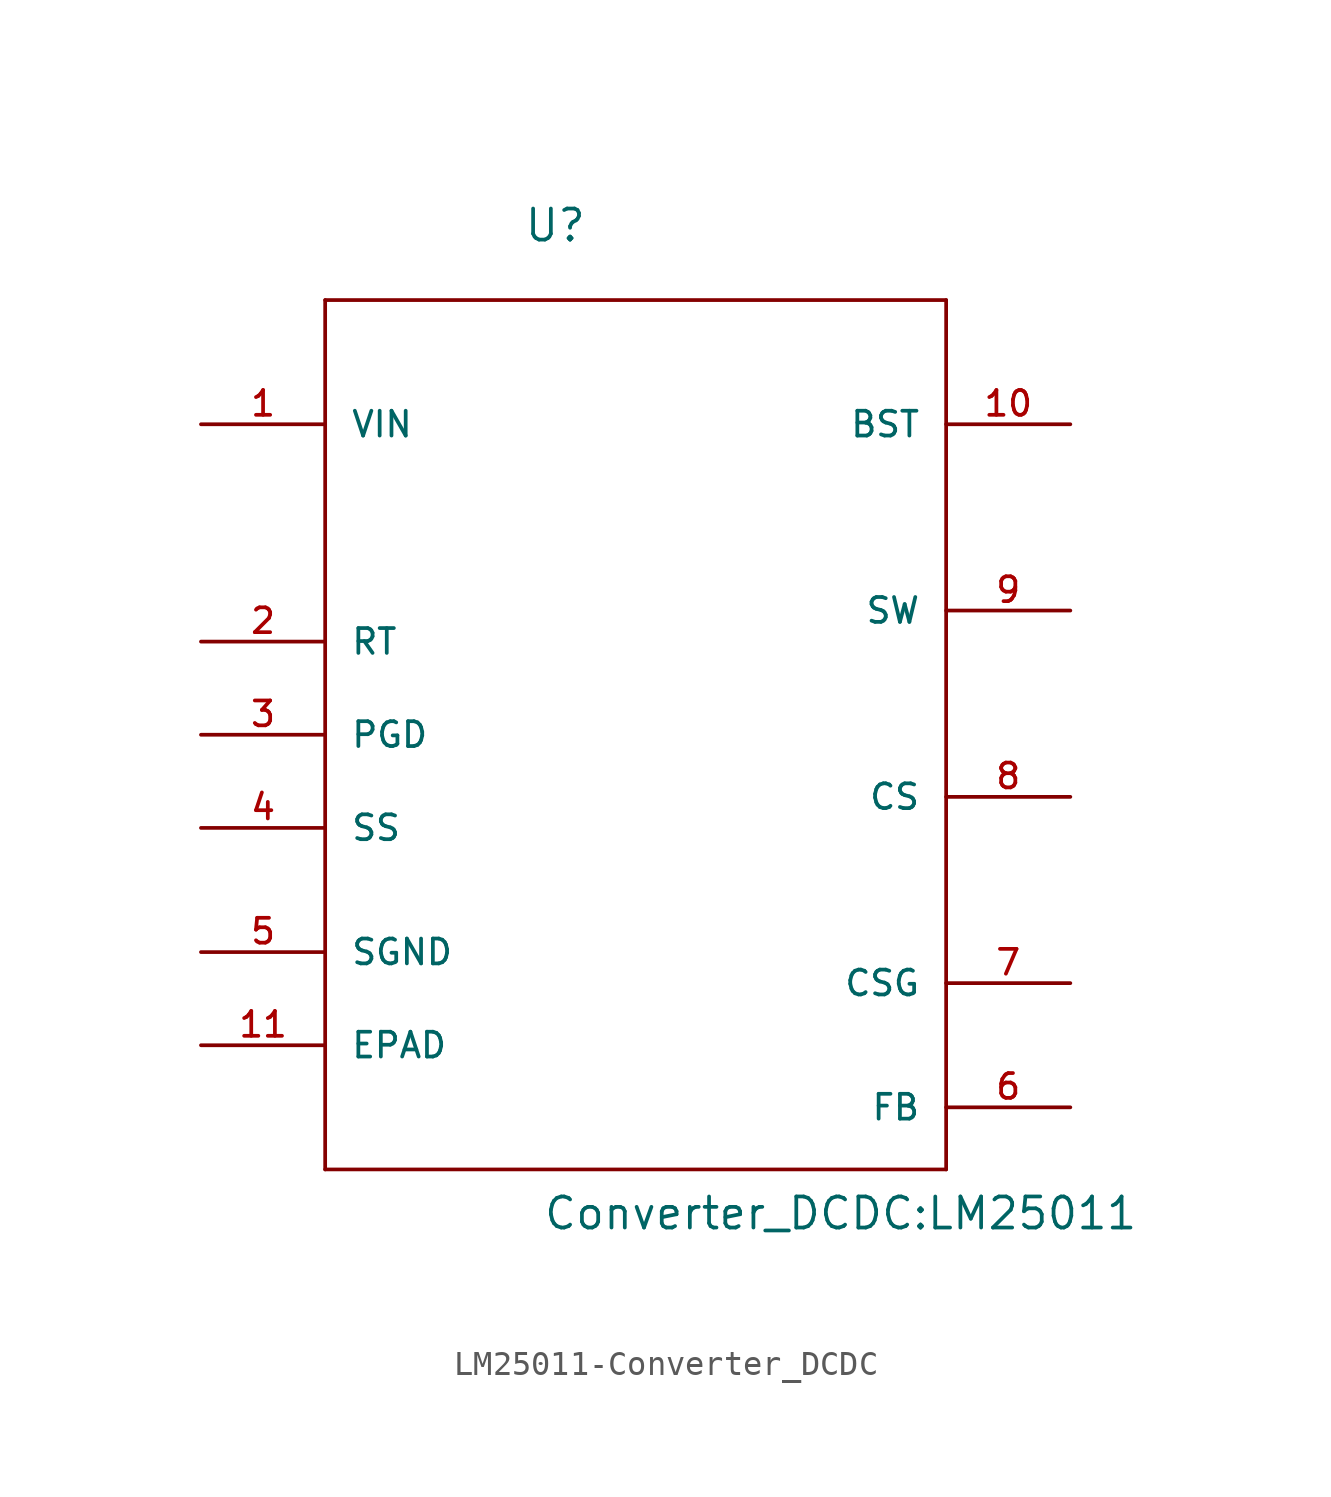
<source format=kicad_sym>
(kicad_symbol_lib
  (version 20231120)
  (generator "kicad_symbol_editor")
  (generator_version "8.0")
  (symbol "LM25011-Converter_DCDC"
    (pin_names
      (offset 1.016))
    (property "Reference" "U"
      (at -4.597 17.551 0)
      (effects (font (size 1.27 1.27)) (justify left bottom)))
    (property "Value" "Converter_DCDC:LM25011"
      (at -3.81 -22.86 0)
      (effects (font (size 1.27 1.27)) (justify left bottom)))
    (property "ki_locked" ""
      (at 0 0 0)
      (effects (font (size 1.27 1.27))))
    (symbol "LM25011-Converter_DCDC_0_0"
      (polyline (pts (xy -12.7 -20.32) (xy 12.7 -20.32)) (stroke (width 0.152) (type solid)) (fill (type none)))
      (polyline (pts (xy -12.7 15.24) (xy -12.7 -20.32)) (stroke (width 0.152) (type solid)) (fill (type none)))
      (polyline (pts (xy 12.7 -20.32) (xy 12.7 15.24)) (stroke (width 0.152) (type solid)) (fill (type none)))
      (polyline (pts (xy 12.7 15.24) (xy -12.7 15.24)) (stroke (width 0.152) (type solid)) (fill (type none)))
      (pin power_in line (at -17.78 10.16 0) (length 5.08) (name "VIN" (effects (font (size 1.016 1.016)))) (number "1" (effects (font (size 1.016 1.016)))))
      (pin input line (at 17.78 10.16 180) (length 5.08) (name "BST" (effects (font (size 1.016 1.016)))) (number "10" (effects (font (size 1.016 1.016)))))
      (pin passive line (at -17.78 -15.24 0) (length 5.08) (name "EPAD" (effects (font (size 1.016 1.016)))) (number "11" (effects (font (size 1.016 1.016)))))
      (pin input line (at -17.78 1.27 0) (length 5.08) (name "RT" (effects (font (size 1.016 1.016)))) (number "2" (effects (font (size 1.016 1.016)))))
      (pin output line (at -17.78 -2.54 0) (length 5.08) (name "PGD" (effects (font (size 1.016 1.016)))) (number "3" (effects (font (size 1.016 1.016)))))
      (pin input line (at -17.78 -6.35 0) (length 5.08) (name "SS" (effects (font (size 1.016 1.016)))) (number "4" (effects (font (size 1.016 1.016)))))
      (pin passive line (at -17.78 -11.43 0) (length 5.08) (name "SGND" (effects (font (size 1.016 1.016)))) (number "5" (effects (font (size 1.016 1.016)))))
      (pin input line (at 17.78 -17.78 180) (length 5.08) (name "FB" (effects (font (size 1.016 1.016)))) (number "6" (effects (font (size 1.016 1.016)))))
      (pin input line (at 17.78 -12.7 180) (length 5.08) (name "CSG" (effects (font (size 1.016 1.016)))) (number "7" (effects (font (size 1.016 1.016)))))
      (pin input line (at 17.78 -5.08 180) (length 5.08) (name "CS" (effects (font (size 1.016 1.016)))) (number "8" (effects (font (size 1.016 1.016)))))
      (pin output line (at 17.78 2.54 180) (length 5.08) (name "SW" (effects (font (size 1.016 1.016)))) (number "9" (effects (font (size 1.016 1.016))))))))
</source>
